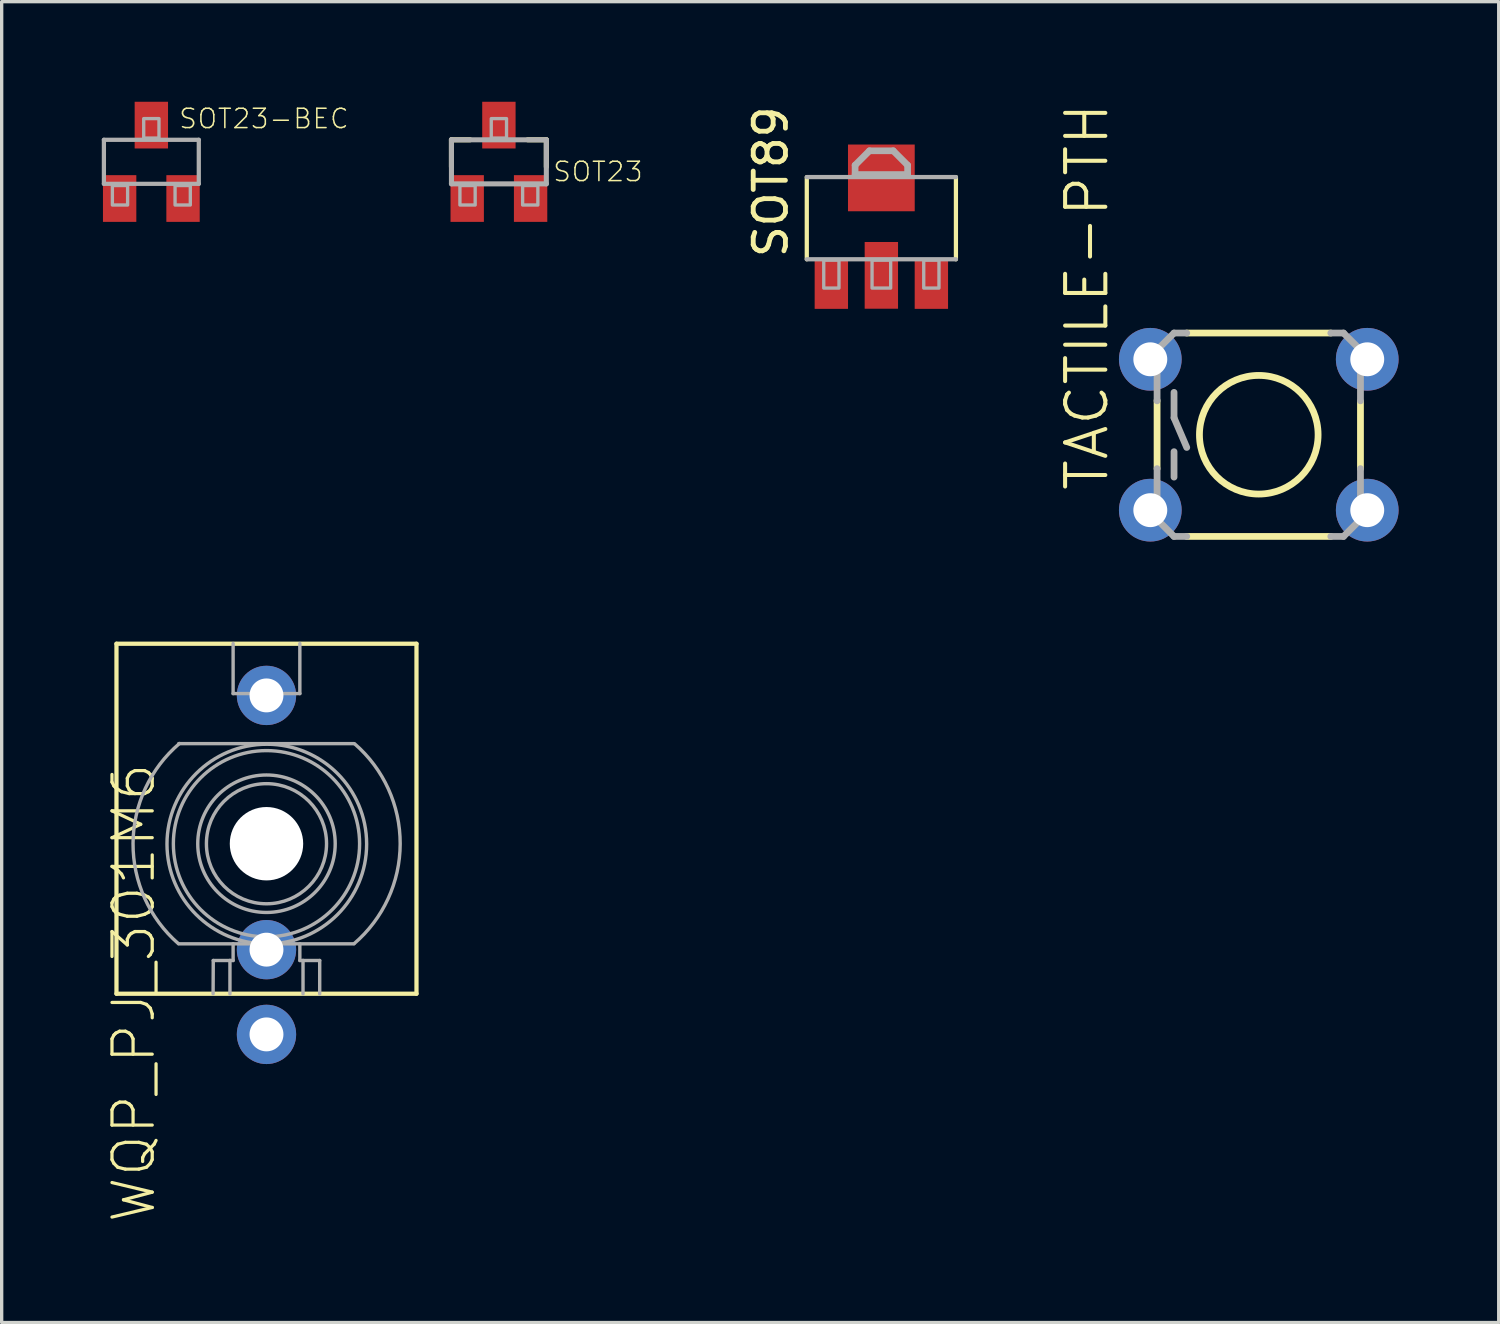
<source format=kicad_pcb>
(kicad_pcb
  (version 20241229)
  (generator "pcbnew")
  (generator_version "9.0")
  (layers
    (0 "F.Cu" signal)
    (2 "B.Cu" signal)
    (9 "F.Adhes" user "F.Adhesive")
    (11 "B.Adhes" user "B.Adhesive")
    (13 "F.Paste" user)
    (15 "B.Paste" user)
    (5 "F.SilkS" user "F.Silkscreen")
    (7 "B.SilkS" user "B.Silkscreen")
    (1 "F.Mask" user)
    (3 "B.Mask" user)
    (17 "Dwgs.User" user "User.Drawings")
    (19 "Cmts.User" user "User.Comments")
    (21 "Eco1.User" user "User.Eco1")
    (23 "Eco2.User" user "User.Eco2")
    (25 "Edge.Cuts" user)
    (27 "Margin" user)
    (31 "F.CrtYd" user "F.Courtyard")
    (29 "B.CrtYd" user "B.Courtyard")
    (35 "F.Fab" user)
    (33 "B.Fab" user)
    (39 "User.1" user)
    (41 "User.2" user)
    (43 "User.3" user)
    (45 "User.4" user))
  (footprint "SOT89"
    (layer "F.Cu")
    (at 23.366 3.476)
    (property "Reference" "SOT89" (at -2.75 1.27 270) (layer "F.SilkS") (effects (font (size 0.965 0.965) (thickness 0.145)) (justify left bottom)))
    (attr through_hole)
    (fp_poly (pts (xy -2.025 2.775) (xy -0.975 2.775) (xy -0.975 1.2) (xy -2.025 1.2)) (stroke (width 0) (type solid)) (fill yes) (layer "F.Mask"))
    (fp_poly (pts (xy -0.525 2.775) (xy 0.525 2.775) (xy 0.525 1.2) (xy -0.525 1.2)) (stroke (width 0) (type solid)) (fill yes) (layer "F.Mask"))
    (fp_poly (pts (xy 0.975 2.775) (xy 2.025 2.775) (xy 2.025 1.2) (xy 0.975 1.2)) (stroke (width 0) (type solid)) (fill yes) (layer "F.Mask"))
    (fp_line (start -2.235 1.245) (end -2.235 -1.219) (stroke (width 0.127) (type solid)) (layer "F.SilkS"))
    (fp_line (start 2.235 -1.219) (end 2.235 1.245) (stroke (width 0.127) (type solid)) (layer "F.SilkS"))
    (fp_poly (pts (xy -1.9 2.68) (xy -1.1 2.68) (xy -1.1 1.28) (xy -1.9 1.28)) (stroke (width 0) (type solid)) (fill yes) (layer "F.Paste"))
    (fp_poly (pts (xy -0.9 0) (xy 0.9 0) (xy 0.9 -2.2) (xy -0.9 -2.2)) (stroke (width 0) (type solid)) (fill yes) (layer "F.Paste"))
    (fp_poly (pts (xy -0.4 2.68) (xy 0.4 2.68) (xy 0.4 1.28) (xy -0.4 1.28)) (stroke (width 0) (type solid)) (fill yes) (layer "F.Paste"))
    (fp_poly (pts (xy 1.1 2.68) (xy 1.9 2.68) (xy 1.9 1.28) (xy 1.1 1.28)) (stroke (width 0) (type solid)) (fill yes) (layer "F.Paste"))
    (fp_line (start -2.235 -1.219) (end 2.235 -1.219) (stroke (width 0.127) (type solid)) (layer "F.Fab"))
    (fp_line (start -0.787 -1.575) (end -0.356 -2.007) (stroke (width 0.2) (type solid)) (layer "F.Fab"))
    (fp_line (start -0.787 -1.295) (end -0.787 -1.575) (stroke (width 0.2) (type solid)) (layer "F.Fab"))
    (fp_line (start -0.356 -2.007) (end 0.356 -2.007) (stroke (width 0.2) (type solid)) (layer "F.Fab"))
    (fp_line (start 0.356 -2.007) (end 0.787 -1.575) (stroke (width 0.2) (type solid)) (layer "F.Fab"))
    (fp_line (start 0.787 -1.575) (end 0.787 -1.295) (stroke (width 0.2) (type solid)) (layer "F.Fab"))
    (fp_line (start 0.787 -1.295) (end -0.787 -1.295) (stroke (width 0.2) (type solid)) (layer "F.Fab"))
    (fp_line (start 2.235 1.245) (end -2.235 1.245) (stroke (width 0.127) (type solid)) (layer "F.Fab"))
    (fp_poly (pts (xy -1.727 2.108) (xy -1.27 2.108) (xy -1.27 1.27) (xy -1.727 1.27)) (stroke (width 0.1) (type solid)) (fill no) (layer "F.Fab"))
    (fp_poly (pts (xy -0.279 2.108) (xy 0.279 2.108) (xy 0.279 1.27) (xy -0.279 1.27)) (stroke (width 0.1) (type solid)) (fill no) (layer "F.Fab"))
    (fp_poly (pts (xy 1.27 2.108) (xy 1.727 2.108) (xy 1.727 1.27) (xy 1.27 1.27)) (stroke (width 0.1) (type solid)) (fill no) (layer "F.Fab"))
    (fp_poly (pts (xy -0.787 -1.321) (xy -0.787 -1.575) (xy -0.356 -2.007) (xy 0.305 -2.007) (xy 0.356 -2.007) (xy 0.787 -1.575) (xy 0.787 -1.295) (xy -0.787 -1.295)) (stroke (width 0.1) (type solid)) (fill no) (layer "F.Fab"))
    (pad "1" smd rect (at -1.499 1.981) (size 1 1.5) (layers "F.Cu" "F.Mask"))
    (pad "2" smd rect (at 0 1.727) (size 1 2) (layers "F.Cu" "F.Mask"))
    (pad "2@1" smd rect (at 0 -1.194 90) (size 2 2) (layers "F.Cu" "F.Mask"))
    (pad "3" smd rect (at 1.499 1.981) (size 1 1.5) (layers "F.Cu" "F.Mask")))
  (footprint "SOT23-BEC"
    (layer "F.Cu")
    (at 1.486 1.8)
    (property "Reference" "SOT23-BEC" (at 0.794 -0.953 0) (layer "F.SilkS") (effects (font (size 0.579 0.579) (thickness 0.046)) (justify left bottom)))
    (attr through_hole)
    (fp_line (start -1.422 -0.66) (end 1.422 -0.66) (stroke (width 0.127) (type solid)) (layer "F.Fab"))
    (fp_line (start -1.422 0.66) (end -1.422 -0.66) (stroke (width 0.127) (type solid)) (layer "F.Fab"))
    (fp_line (start 1.422 -0.66) (end 1.422 0.66) (stroke (width 0.127) (type solid)) (layer "F.Fab"))
    (fp_line (start 1.422 0.66) (end -1.422 0.66) (stroke (width 0.127) (type solid)) (layer "F.Fab"))
    (fp_poly (pts (xy -1.168 1.295) (xy -0.711 1.295) (xy -0.711 0.711) (xy -1.168 0.711)) (stroke (width 0.1) (type solid)) (fill no) (layer "F.Fab"))
    (fp_poly (pts (xy -0.229 -0.711) (xy 0.229 -0.711) (xy 0.229 -1.295) (xy -0.229 -1.295)) (stroke (width 0.1) (type solid)) (fill no) (layer "F.Fab"))
    (fp_poly (pts (xy 0.711 1.295) (xy 1.168 1.295) (xy 1.168 0.711) (xy 0.711 0.711)) (stroke (width 0.1) (type solid)) (fill no) (layer "F.Fab"))
    (pad "B" smd rect (at -0.95 1.1) (size 1 1.4) (layers "F.Cu" "F.Mask" "F.Paste"))
    (pad "C" smd rect (at 0 -1.1) (size 1 1.4) (layers "F.Cu" "F.Mask" "F.Paste"))
    (pad "E" smd rect (at 0.95 1.1) (size 1 1.4) (layers "F.Cu" "F.Mask" "F.Paste")))
  (footprint "WQP_PJ_301M6"
    (layer "F.Cu")
    (at 4.937 22.238)
    (property "Reference" "WQP_PJ_301M6" (at -4.683 -2.485 270) (layer "F.SilkS") (effects (font (size 1.206 1.206) (thickness 0.097)) (justify right top)))
    (attr through_hole)
    (fp_line (start -4.496 -5.994) (end 4.496 -5.994) (stroke (width 0.127) (type solid)) (layer "F.SilkS"))
    (fp_line (start -4.496 4.496) (end -4.496 -5.994) (stroke (width 0.127) (type solid)) (layer "F.SilkS"))
    (fp_line (start 4.496 -5.994) (end 4.496 4.496) (stroke (width 0.127) (type solid)) (layer "F.SilkS"))
    (fp_line (start 4.496 4.496) (end -4.496 4.496) (stroke (width 0.127) (type solid)) (layer "F.SilkS"))
    (fp_line (start -2.631 -3) (end 2.62 -3) (stroke (width 0.102) (type solid)) (layer "F.Fab"))
    (fp_line (start -2.631 3) (end 2.62 3) (stroke (width 0.102) (type solid)) (layer "F.Fab"))
    (fp_line (start -1.6 4.496) (end -1.595 3.5) (stroke (width 0.102) (type solid)) (layer "F.Fab"))
    (fp_line (start -1.595 3.5) (end -1.095 3.5) (stroke (width 0.102) (type solid)) (layer "F.Fab"))
    (fp_line (start -1.095 3.5) (end -1.095 4.5) (stroke (width 0.102) (type solid)) (layer "F.Fab"))
    (fp_line (start -1.095 3.5) (end -1 3.5) (stroke (width 0.102) (type solid)) (layer "F.Fab"))
    (fp_line (start -1 -4.5) (end -1 -6) (stroke (width 0.102) (type solid)) (layer "F.Fab"))
    (fp_line (start -1 0) (end 1 0) (stroke (width 0.102) (type solid)) (layer "F.Fab"))
    (fp_line (start -1 3.5) (end -1 3) (stroke (width 0.102) (type solid)) (layer "F.Fab"))
    (fp_line (start 0 -1) (end 0 1) (stroke (width 0.102) (type solid)) (layer "F.Fab"))
    (fp_line (start 1 -6) (end 1 -4.5) (stroke (width 0.102) (type solid)) (layer "F.Fab"))
    (fp_line (start 1 -4.5) (end -1 -4.5) (stroke (width 0.102) (type solid)) (layer "F.Fab"))
    (fp_line (start 1 3) (end 1 3.5) (stroke (width 0.102) (type solid)) (layer "F.Fab"))
    (fp_line (start 1 3.5) (end 1.095 3.5) (stroke (width 0.102) (type solid)) (layer "F.Fab"))
    (fp_line (start 1.095 3.5) (end 1.095 4.5) (stroke (width 0.102) (type solid)) (layer "F.Fab"))
    (fp_line (start 1.095 3.5) (end 1.595 3.5) (stroke (width 0.102) (type solid)) (layer "F.Fab"))
    (fp_line (start 1.595 3.5) (end 1.595 4.5) (stroke (width 0.102) (type solid)) (layer "F.Fab"))
    (fp_arc (start -2.641998 2.994) (mid -3.999529 -0.012791) (end -2.608 -3.004) (stroke (width 0.1016) (type solid)) (layer "F.Fab"))
    (fp_arc (start 2.642 -2.994) (mid 4.007235 0.003208) (end 2.628 2.994) (stroke (width 0.1016) (type solid)) (layer "F.Fab"))
    (fp_circle (center 0 0) (end 1.8 0) (stroke (width 0.102) (type solid)) (fill no) (layer "F.Fab"))
    (fp_circle (center 0 0) (end 2.06 0) (stroke (width 0.102) (type solid)) (fill no) (layer "F.Fab"))
    (fp_circle (center 0 0) (end 2.791 0) (stroke (width 0.102) (type solid)) (fill no) (layer "F.Fab"))
    (fp_circle (center 0.01 0.01) (end 3.002 0.01) (stroke (width 0.102) (type solid)) (fill no) (layer "F.Fab"))
    (pad "" np_thru_hole circle (at 0 0) (size 2.2 2.2) (drill 2.2) (layers "*.Cu" "*.Mask"))
    (pad "P1" thru_hole circle (at 0 5.715) (size 1.778 1.778) (drill 1.016) (layers "*.Cu" "*.Mask"))
    (pad "P2" thru_hole circle (at 0 3.175) (size 1.778 1.778) (drill 1.016) (layers "*.Cu" "*.Mask"))
    (pad "P3" thru_hole circle (at 0 -4.445) (size 1.778 1.778) (drill 1.016) (layers "*.Cu" "*.Mask")))
  (footprint "TACTILE-PTH"
    (layer "F.Cu")
    (at 34.678 9.98)
    (property "Reference" "TACTILE-PTH" (at -4.445 1.746 270) (layer "F.SilkS") (effects (font (size 1.206 1.206) (thickness 0.121)) (justify left bottom)))
    (attr through_hole)
    (fp_line (start -3.048 -1.028) (end -3.048 1.016) (stroke (width 0.203) (type solid)) (layer "F.SilkS"))
    (fp_line (start -2.159 3.048) (end 2.159 3.048) (stroke (width 0.203) (type solid)) (layer "F.SilkS"))
    (fp_line (start 2.159 -3.048) (end -2.159 -3.048) (stroke (width 0.203) (type solid)) (layer "F.SilkS"))
    (fp_line (start 3.048 -0.998) (end 3.048 1.016) (stroke (width 0.203) (type solid)) (layer "F.SilkS"))
    (fp_circle (center 0 0) (end 1.778 0) (stroke (width 0.203) (type solid)) (fill no) (layer "F.SilkS"))
    (fp_line (start -3.048 -2.54) (end -3.048 -1.016) (stroke (width 0.203) (type solid)) (layer "F.Fab"))
    (fp_line (start -3.048 2.54) (end -3.048 1.016) (stroke (width 0.203) (type solid)) (layer "F.Fab"))
    (fp_line (start -2.54 -3.048) (end -3.048 -2.54) (stroke (width 0.203) (type solid)) (layer "F.Fab"))
    (fp_line (start -2.54 -3.048) (end -2.159 -3.048) (stroke (width 0.203) (type solid)) (layer "F.Fab"))
    (fp_line (start -2.54 -1.27) (end -2.54 -0.508) (stroke (width 0.203) (type solid)) (layer "F.Fab"))
    (fp_line (start -2.54 -0.508) (end -2.159 0.381) (stroke (width 0.203) (type solid)) (layer "F.Fab"))
    (fp_line (start -2.54 0.508) (end -2.54 1.27) (stroke (width 0.203) (type solid)) (layer "F.Fab"))
    (fp_line (start -2.54 3.048) (end -3.048 2.54) (stroke (width 0.203) (type solid)) (layer "F.Fab"))
    (fp_line (start -2.54 3.048) (end -2.159 3.048) (stroke (width 0.203) (type solid)) (layer "F.Fab"))
    (fp_line (start 2.54 -3.048) (end 2.159 -3.048) (stroke (width 0.203) (type solid)) (layer "F.Fab"))
    (fp_line (start 2.54 3.048) (end 2.159 3.048) (stroke (width 0.203) (type solid)) (layer "F.Fab"))
    (fp_line (start 2.54 3.048) (end 3.048 2.54) (stroke (width 0.203) (type solid)) (layer "F.Fab"))
    (fp_line (start 3.048 -2.54) (end 2.54 -3.048) (stroke (width 0.203) (type solid)) (layer "F.Fab"))
    (fp_line (start 3.048 -1.016) (end 3.048 -2.54) (stroke (width 0.203) (type solid)) (layer "F.Fab"))
    (fp_line (start 3.048 2.54) (end 3.048 1.016) (stroke (width 0.203) (type solid)) (layer "F.Fab"))
    (pad "1" thru_hole circle (at -3.251 -2.261) (size 1.88 1.88) (drill 1.016) (layers "*.Cu" "*.Mask"))
    (pad "2" thru_hole circle (at 3.251 -2.261) (size 1.88 1.88) (drill 1.016) (layers "*.Cu" "*.Mask"))
    (pad "3" thru_hole circle (at -3.251 2.261) (size 1.88 1.88) (drill 1.016) (layers "*.Cu" "*.Mask"))
    (pad "4" thru_hole circle (at 3.251 2.261) (size 1.88 1.88) (drill 1.016) (layers "*.Cu" "*.Mask")))
  (footprint "SOT23"
    (layer "F.Cu")
    (at 11.903 1.8)
    (property "Reference" "SOT23" (at 1.588 0.635 180) (layer "F.SilkS") (effects (font (size 0.579 0.579) (thickness 0.046)) (justify left bottom)))
    (attr through_hole)
    (fp_line (start -1.422 -0.66) (end -0.864 -0.66) (stroke (width 0.152) (type solid)) (layer "F.SilkS"))
    (fp_line (start -1.422 0.152) (end -1.422 -0.66) (stroke (width 0.152) (type solid)) (layer "F.SilkS"))
    (fp_line (start 0.864 -0.66) (end 1.422 -0.66) (stroke (width 0.152) (type solid)) (layer "F.SilkS"))
    (fp_line (start 1.422 -0.66) (end 1.422 0.152) (stroke (width 0.152) (type solid)) (layer "F.SilkS"))
    (fp_line (start -1.422 -0.66) (end 1.422 -0.66) (stroke (width 0.152) (type solid)) (layer "F.Fab"))
    (fp_line (start -1.422 0.66) (end -1.422 -0.66) (stroke (width 0.152) (type solid)) (layer "F.Fab"))
    (fp_line (start 1.422 -0.66) (end 1.422 0.66) (stroke (width 0.152) (type solid)) (layer "F.Fab"))
    (fp_line (start 1.422 0.66) (end -1.422 0.66) (stroke (width 0.152) (type solid)) (layer "F.Fab"))
    (fp_poly (pts (xy -1.168 1.295) (xy -0.711 1.295) (xy -0.711 0.711) (xy -1.168 0.711)) (stroke (width 0.1) (type solid)) (fill no) (layer "F.Fab"))
    (fp_poly (pts (xy -0.229 -0.711) (xy 0.229 -0.711) (xy 0.229 -1.295) (xy -0.229 -1.295)) (stroke (width 0.1) (type solid)) (fill no) (layer "F.Fab"))
    (fp_poly (pts (xy 0.711 1.295) (xy 1.168 1.295) (xy 1.168 0.711) (xy 0.711 0.711)) (stroke (width 0.1) (type solid)) (fill no) (layer "F.Fab"))
    (pad "1" smd rect (at -0.95 1.1) (size 1 1.4) (layers "F.Cu" "F.Mask" "F.Paste"))
    (pad "2" smd rect (at 0.95 1.1) (size 1 1.4) (layers "F.Cu" "F.Mask" "F.Paste"))
    (pad "3" smd rect (at 0 -1.1) (size 1 1.4) (layers "F.Cu" "F.Mask" "F.Paste")))
  (gr_rect
    (start -3 -3)
    (end 41.869 36.59)
    (stroke (width 0.1) (type default))
    (fill no)
    (layer "Edge.Cuts")))
</source>
